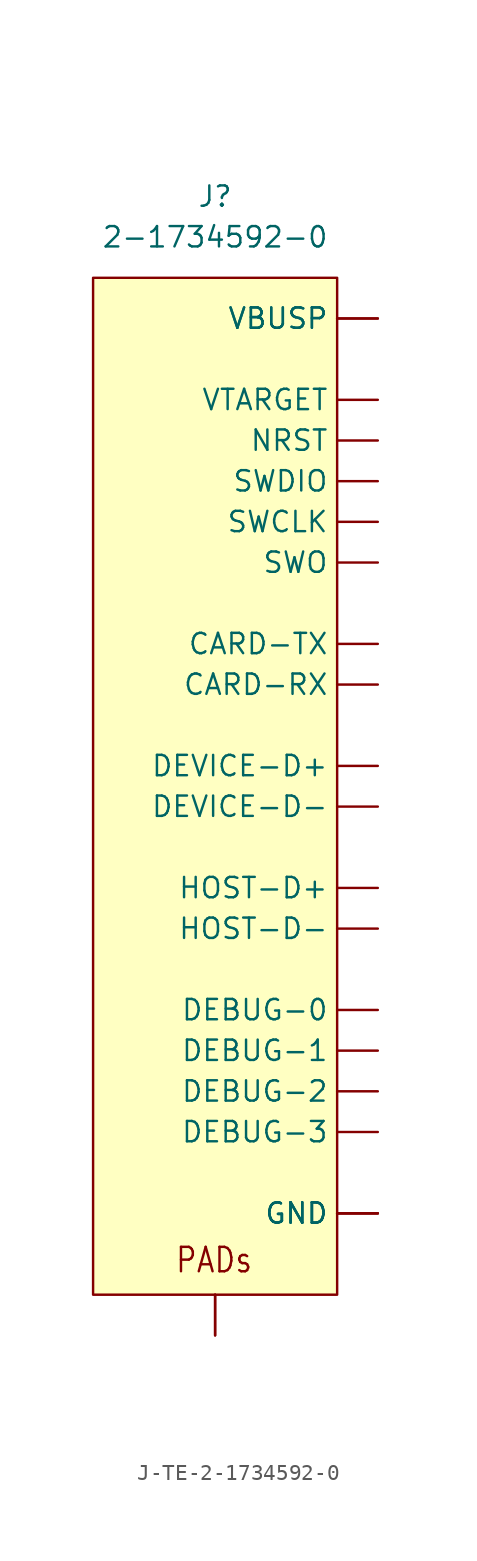
<source format=kicad_sym>
(kicad_symbol_lib
  (version 20241209)
  (generator "kicad_symbol_editor")
  (generator_version "9.0")
  (symbol "J-TE-2-1734592-0"
    (property "Reference" "J"
      (at 0 35.56 0)
      (effects (font (size 1.27 1.27))))
    (property "Value" "2-1734592-0"
      (at 0 33.02 0)
      (effects (font (size 1.27 1.27))))
    (symbol "J-TE-2-1734592-0_0_1"
      (rectangle (start -7.62 30.48) (end 7.62 -33.02) (stroke (width 0) (type default)) (fill (type background))))
    (symbol "J-TE-2-1734592-0_1_0"
      (text "PADs" (at -2.54 -31.75 0) (effects (font (size 1.524 1.295)) (justify left bottom)))
      (pin passive line (at 0 -35.56 90) (length 2.54) (name "PAD" (effects (font (size 0 0)))) (number "PAD1" (effects (font (size 0 0)))))
      (pin passive line (at 0 -35.56 90) (length 2.54) (name "PAD" (effects (font (size 0 0)))) (number "PAD2" (effects (font (size 0 0)))))
      (pin passive line (at 10.16 27.94 180) (length 2.54) (name "VBUSP" (effects (font (size 1.27 1.27)))) (number "1" (effects (font (size 0 0)))))
      (pin passive line (at 10.16 27.94 180) (length 2.54) (name "VBUSP" (effects (font (size 1.27 1.27)))) (number "2" (effects (font (size 0 0)))))
      (pin passive line (at 10.16 22.86 180) (length 2.54) (name "VTARGET" (effects (font (size 1.27 1.27)))) (number "11" (effects (font (size 0 0)))))
      (pin passive line (at 10.16 20.32 180) (length 2.54) (name "NRST" (effects (font (size 1.27 1.27)))) (number "10" (effects (font (size 0 0)))))
      (pin passive line (at 10.16 17.78 180) (length 2.54) (name "SWDIO" (effects (font (size 1.27 1.27)))) (number "14" (effects (font (size 0 0)))))
      (pin passive line (at 10.16 15.24 180) (length 2.54) (name "SWCLK" (effects (font (size 1.27 1.27)))) (number "15" (effects (font (size 0 0)))))
      (pin passive line (at 10.16 12.7 180) (length 2.54) (name "SWO" (effects (font (size 1.27 1.27)))) (number "16" (effects (font (size 0 0)))))
      (pin passive line (at 10.16 7.62 180) (length 2.54) (name "CARD-TX" (effects (font (size 1.27 1.27)))) (number "13" (effects (font (size 0 0)))))
      (pin passive line (at 10.16 5.08 180) (length 2.54) (name "CARD-RX" (effects (font (size 1.27 1.27)))) (number "12" (effects (font (size 0 0)))))
      (pin passive line (at 10.16 0 180) (length 2.54) (name "DEVICE-D+" (effects (font (size 1.27 1.27)))) (number "4" (effects (font (size 0 0)))))
      (pin passive line (at 10.16 -2.54 180) (length 2.54) (name "DEVICE-D-" (effects (font (size 1.27 1.27)))) (number "5" (effects (font (size 0 0)))))
      (pin passive line (at 10.16 -7.62 180) (length 2.54) (name "HOST-D+" (effects (font (size 1.27 1.27)))) (number "7" (effects (font (size 0 0)))))
      (pin passive line (at 10.16 -10.16 180) (length 2.54) (name "HOST-D-" (effects (font (size 1.27 1.27)))) (number "8" (effects (font (size 0 0)))))
      (pin passive line (at 10.16 -15.24 180) (length 2.54) (name "DEBUG-0" (effects (font (size 1.27 1.27)))) (number "17" (effects (font (size 0 0)))))
      (pin passive line (at 10.16 -17.78 180) (length 2.54) (name "DEBUG-1" (effects (font (size 1.27 1.27)))) (number "18" (effects (font (size 0 0)))))
      (pin passive line (at 10.16 -20.32 180) (length 2.54) (name "DEBUG-2" (effects (font (size 1.27 1.27)))) (number "19" (effects (font (size 0 0)))))
      (pin passive line (at 10.16 -22.86 180) (length 2.54) (name "DEBUG-3" (effects (font (size 1.27 1.27)))) (number "20" (effects (font (size 0 0)))))
      (pin passive line (at 10.16 -27.94 180) (length 2.54) (name "GND" (effects (font (size 1.27 1.27)))) (number "3" (effects (font (size 0 0)))))
      (pin passive line (at 10.16 -27.94 180) (length 2.54) (name "GND" (effects (font (size 1.27 1.27)))) (number "6" (effects (font (size 0 0)))))
      (pin passive line (at 10.16 -27.94 180) (length 2.54) (name "GND" (effects (font (size 1.27 1.27)))) (number "9" (effects (font (size 0 0))))))))
</source>
